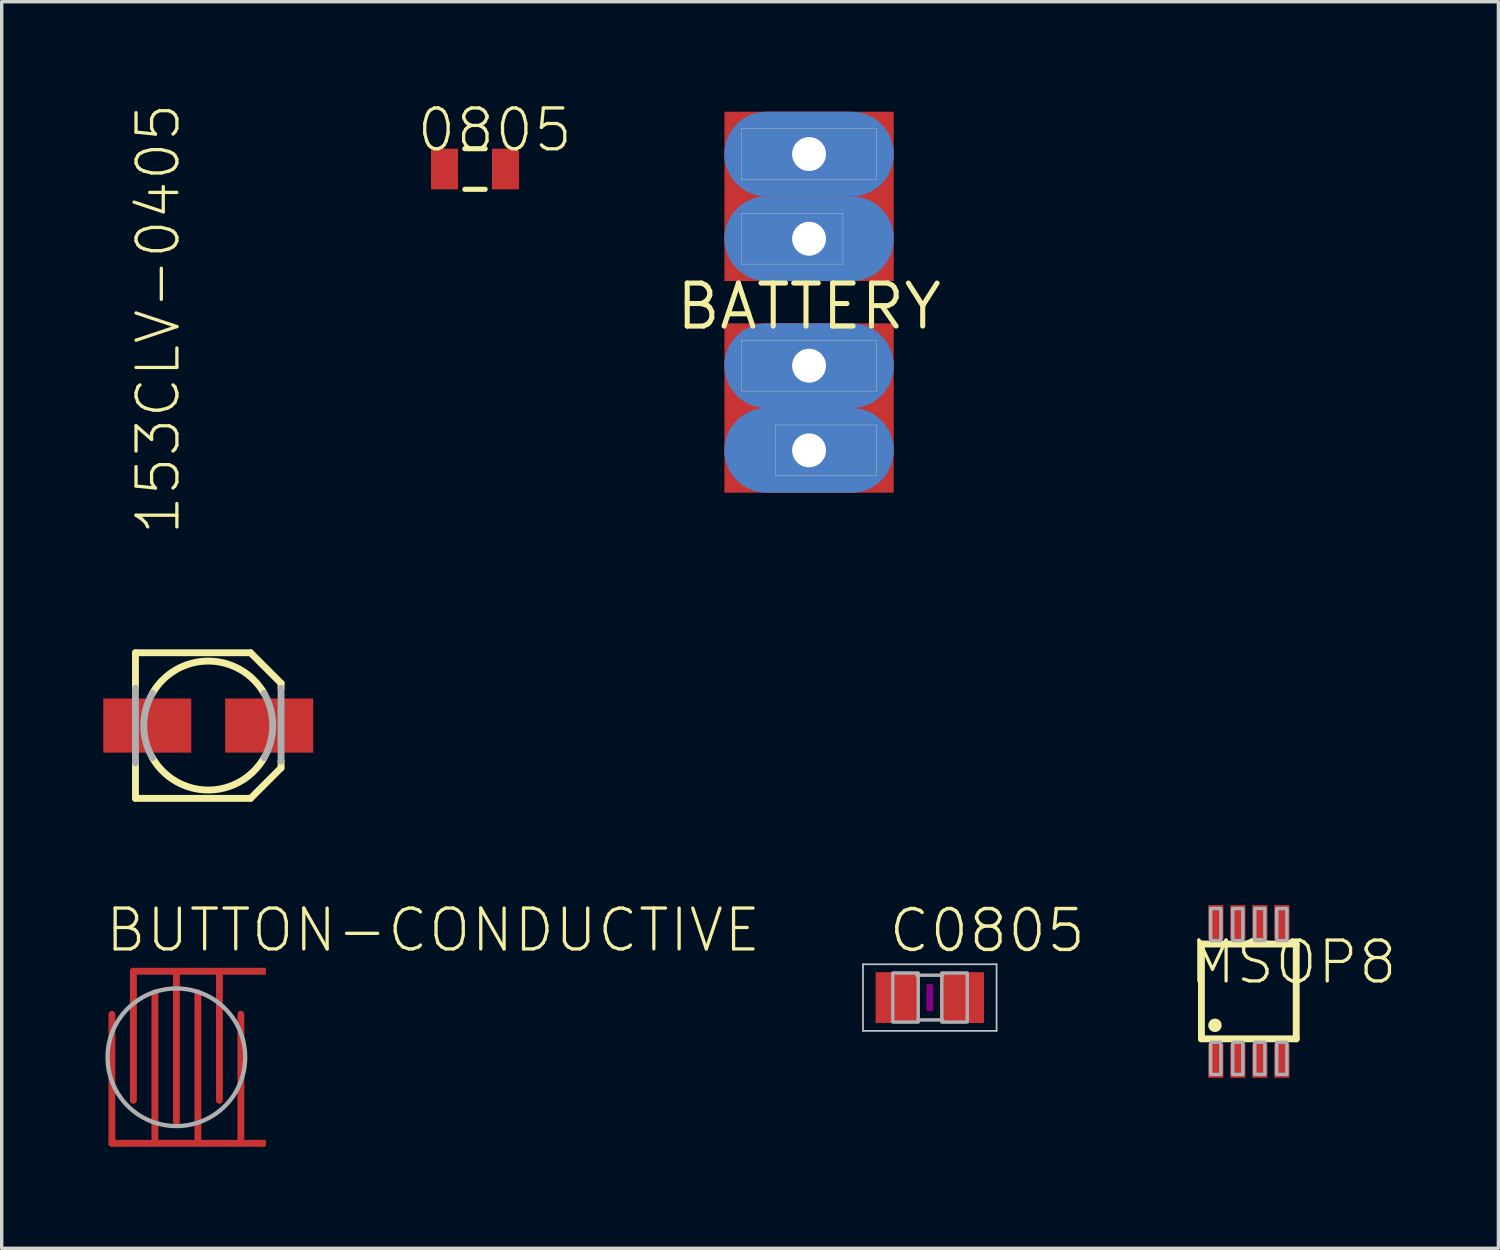
<source format=kicad_pcb>
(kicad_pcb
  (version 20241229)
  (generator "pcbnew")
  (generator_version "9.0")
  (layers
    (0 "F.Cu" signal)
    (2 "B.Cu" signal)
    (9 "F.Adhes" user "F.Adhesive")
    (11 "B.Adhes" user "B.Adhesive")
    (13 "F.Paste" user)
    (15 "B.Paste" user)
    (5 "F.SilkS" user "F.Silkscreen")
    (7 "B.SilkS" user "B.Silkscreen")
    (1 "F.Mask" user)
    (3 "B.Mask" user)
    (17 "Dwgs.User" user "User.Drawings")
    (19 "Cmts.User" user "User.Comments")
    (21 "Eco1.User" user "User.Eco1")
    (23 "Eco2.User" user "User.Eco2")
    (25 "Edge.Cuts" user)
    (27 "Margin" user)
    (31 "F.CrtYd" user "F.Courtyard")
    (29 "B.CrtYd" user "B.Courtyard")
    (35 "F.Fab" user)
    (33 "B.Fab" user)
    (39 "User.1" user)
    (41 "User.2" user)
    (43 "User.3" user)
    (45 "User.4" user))
  (footprint "0805"
    (layer "F.Cu")
    (at 10.978 1.941)
    (property "Reference" "0805" (at -1.778 -0.445 0) (layer "F.SilkS") (effects (font (size 1.206 1.206) (thickness 0.097)) (justify left bottom)))
    (attr through_hole)
    (fp_line (start -0.3 -0.6) (end 0.3 -0.6) (stroke (width 0.152) (type solid)) (layer "F.SilkS"))
    (fp_line (start -0.3 0.6) (end 0.3 0.6) (stroke (width 0.152) (type solid)) (layer "F.SilkS"))
    (pad "1" smd rect (at -0.9 0) (size 0.8 1.2) (layers "F.Cu" "F.Mask" "F.Paste"))
    (pad "2" smd rect (at 0.9 0) (size 0.8 1.2) (layers "F.Cu" "F.Mask" "F.Paste")))
  (footprint "BATTERY"
    (layer "F.Cu")
    (at 20.843 6)
    (property "Reference" "BATTERY" (at 0 0 0) (layer "F.SilkS") (effects (font (size 1.27 1.27) (thickness 0.15))))
    (attr through_hole)
    (fp_poly (pts (xy -2.5 -0.75) (xy 2.5 -0.75) (xy 2.5 -5.75) (xy -2.5 -5.75)) (stroke (width 0) (type solid)) (fill yes) (layer "F.Cu"))
    (fp_poly (pts (xy -2.5 5.5) (xy 2.5 5.5) (xy 2.5 0.5) (xy -2.5 0.5)) (stroke (width 0) (type solid)) (fill yes) (layer "F.Cu"))
    (fp_poly (pts (xy -2.75 -0.5) (xy 2.75 -0.5) (xy 2.75 -6) (xy -2.75 -6)) (stroke (width 0) (type solid)) (fill yes) (layer "F.Mask"))
    (fp_poly (pts (xy -2.75 5.75) (xy 2.75 5.75) (xy 2.75 0.25) (xy -2.75 0.25)) (stroke (width 0) (type solid)) (fill yes) (layer "F.Mask"))
    (fp_poly (pts (xy -2.75 -0.5) (xy 2.75 -0.5) (xy 2.75 -6) (xy -2.75 -6)) (stroke (width 0) (type solid)) (fill yes) (layer "B.Mask"))
    (fp_poly (pts (xy -2.75 5.75) (xy 2.75 5.75) (xy 2.75 0.25) (xy -2.75 0.25)) (stroke (width 0) (type solid)) (fill yes) (layer "B.Mask"))
    (fp_line (start -2 -5.25) (end 2 -5.25) (stroke (width 0.01) (type solid)) (layer "Edge.Cuts"))
    (fp_line (start -2 -3.75) (end -2 -5.25) (stroke (width 0.01) (type solid)) (layer "Edge.Cuts"))
    (fp_line (start -2 -2.75) (end -2 -1.25) (stroke (width 0.01) (type solid)) (layer "Edge.Cuts"))
    (fp_line (start -2 -1.25) (end 1 -1.25) (stroke (width 0.01) (type solid)) (layer "Edge.Cuts"))
    (fp_line (start -2 1) (end 2 1) (stroke (width 0.01) (type solid)) (layer "Edge.Cuts"))
    (fp_line (start -2 2.5) (end -2 1) (stroke (width 0.01) (type solid)) (layer "Edge.Cuts"))
    (fp_line (start -1 3.5) (end -1 5) (stroke (width 0.01) (type solid)) (layer "Edge.Cuts"))
    (fp_line (start -1 5) (end 2 5) (stroke (width 0.01) (type solid)) (layer "Edge.Cuts"))
    (fp_line (start 1 -2.75) (end -2 -2.75) (stroke (width 0.01) (type solid)) (layer "Edge.Cuts"))
    (fp_line (start 1 -1.25) (end 1 -2.75) (stroke (width 0.01) (type solid)) (layer "Edge.Cuts"))
    (fp_line (start 2 -5.25) (end 2 -3.75) (stroke (width 0.01) (type solid)) (layer "Edge.Cuts"))
    (fp_line (start 2 -3.75) (end -2 -3.75) (stroke (width 0.01) (type solid)) (layer "Edge.Cuts"))
    (fp_line (start 2 1) (end 2 2.5) (stroke (width 0.01) (type solid)) (layer "Edge.Cuts"))
    (fp_line (start 2 2.5) (end -2 2.5) (stroke (width 0.01) (type solid)) (layer "Edge.Cuts"))
    (fp_line (start 2 3.5) (end -1 3.5) (stroke (width 0.01) (type solid)) (layer "Edge.Cuts"))
    (fp_line (start 2 5) (end 2 3.5) (stroke (width 0.01) (type solid)) (layer "Edge.Cuts"))
    (pad "BT+1" thru_hole oval (at 0 -4.5) (size 5 2.5) (drill 1) (layers "*.Cu" "*.Mask"))
    (pad "BT+2" thru_hole oval (at 0 -2) (size 5 2.5) (drill 1) (layers "*.Cu" "*.Mask"))
    (pad "BT-1" thru_hole oval (at 0 1.75) (size 5 2.5) (drill 1) (layers "*.Cu" "*.Mask"))
    (pad "BT-2" thru_hole oval (at 0 4.25) (size 5 2.5) (drill 1) (layers "*.Cu" "*.Mask")))
  (footprint "MSOP8"
    (layer "F.Cu")
    (at 33.83 26.229)
    (property "Reference" "MSOP8" (at -1.826 -0.159 0) (layer "F.SilkS") (effects (font (size 1.206 1.206) (thickness 0.097)) (justify left bottom)))
    (attr through_hole)
    (fp_poly (pts (xy -1.225 2.6) (xy -0.725 2.6) (xy -0.725 1.525) (xy -1.225 1.525)) (stroke (width 0) (type solid)) (fill yes) (layer "F.Mask"))
    (fp_poly (pts (xy -0.725 -2.6) (xy -1.225 -2.6) (xy -1.225 -1.525) (xy -0.725 -1.525)) (stroke (width 0) (type solid)) (fill yes) (layer "F.Mask"))
    (fp_poly (pts (xy -0.575 2.6) (xy -0.075 2.6) (xy -0.075 1.525) (xy -0.575 1.525)) (stroke (width 0) (type solid)) (fill yes) (layer "F.Mask"))
    (fp_poly (pts (xy -0.075 -2.6) (xy -0.575 -2.6) (xy -0.575 -1.525) (xy -0.075 -1.525)) (stroke (width 0) (type solid)) (fill yes) (layer "F.Mask"))
    (fp_poly (pts (xy 0.075 2.6) (xy 0.575 2.6) (xy 0.575 1.525) (xy 0.075 1.525)) (stroke (width 0) (type solid)) (fill yes) (layer "F.Mask"))
    (fp_poly (pts (xy 0.575 -2.6) (xy 0.075 -2.6) (xy 0.075 -1.525) (xy 0.575 -1.525)) (stroke (width 0) (type solid)) (fill yes) (layer "F.Mask"))
    (fp_poly (pts (xy 0.725 2.6) (xy 1.225 2.6) (xy 1.225 1.525) (xy 0.725 1.525)) (stroke (width 0) (type solid)) (fill yes) (layer "F.Mask"))
    (fp_poly (pts (xy 1.225 -2.6) (xy 0.725 -2.6) (xy 0.725 -1.525) (xy 1.225 -1.525)) (stroke (width 0) (type solid)) (fill yes) (layer "F.Mask"))
    (fp_line (start -1.4 -1.4) (end 1.4 -1.4) (stroke (width 0.203) (type solid)) (layer "F.SilkS"))
    (fp_line (start -1.4 1.4) (end -1.4 -1.4) (stroke (width 0.203) (type solid)) (layer "F.SilkS"))
    (fp_line (start 1.4 -1.4) (end 1.4 1.4) (stroke (width 0.203) (type solid)) (layer "F.SilkS"))
    (fp_line (start 1.4 1.4) (end -1.4 1.4) (stroke (width 0.203) (type solid)) (layer "F.SilkS"))
    (fp_circle (center -1 1) (end -0.9 1) (stroke (width 0.2) (type solid)) (fill no) (layer "F.SilkS"))
    (fp_poly (pts (xy -1.125 2.45) (xy -0.825 2.45) (xy -0.825 1.5) (xy -1.125 1.5)) (stroke (width 0.1) (type solid)) (fill no) (layer "F.Fab"))
    (fp_poly (pts (xy -1.125 -1.5) (xy -0.825 -1.5) (xy -0.825 -2.45) (xy -1.125 -2.45)) (stroke (width 0.1) (type solid)) (fill no) (layer "F.Fab"))
    (fp_poly (pts (xy -0.475 -1.5) (xy -0.175 -1.5) (xy -0.175 -2.45) (xy -0.475 -2.45)) (stroke (width 0.1) (type solid)) (fill no) (layer "F.Fab"))
    (fp_poly (pts (xy -0.475 2.45) (xy -0.175 2.45) (xy -0.175 1.5) (xy -0.475 1.5)) (stroke (width 0.1) (type solid)) (fill no) (layer "F.Fab"))
    (fp_poly (pts (xy 0.175 -1.5) (xy 0.475 -1.5) (xy 0.475 -2.45) (xy 0.175 -2.45)) (stroke (width 0.1) (type solid)) (fill no) (layer "F.Fab"))
    (fp_poly (pts (xy 0.175 2.45) (xy 0.475 2.45) (xy 0.475 1.5) (xy 0.175 1.5)) (stroke (width 0.1) (type solid)) (fill no) (layer "F.Fab"))
    (fp_poly (pts (xy 0.825 2.45) (xy 1.125 2.45) (xy 1.125 1.5) (xy 0.825 1.5)) (stroke (width 0.1) (type solid)) (fill no) (layer "F.Fab"))
    (fp_poly (pts (xy 0.825 -1.5) (xy 1.125 -1.5) (xy 1.125 -2.45) (xy 0.825 -2.45)) (stroke (width 0.1) (type solid)) (fill no) (layer "F.Fab"))
    (pad "1" smd rect (at -0.975 2.05) (size 0.45 1) (layers "F.Cu" "F.Mask" "F.Paste"))
    (pad "2" smd rect (at -0.325 2.05) (size 0.45 1) (layers "F.Cu" "F.Mask" "F.Paste"))
    (pad "3" smd rect (at 0.325 2.05) (size 0.45 1) (layers "F.Cu" "F.Mask" "F.Paste"))
    (pad "4" smd rect (at 0.975 2.05) (size 0.45 1) (layers "F.Cu" "F.Mask" "F.Paste"))
    (pad "5" smd rect (at 0.975 -2.05) (size 0.45 1) (layers "F.Cu" "F.Mask" "F.Paste"))
    (pad "6" smd rect (at 0.325 -2.05) (size 0.45 1) (layers "F.Cu" "F.Mask" "F.Paste"))
    (pad "7" smd rect (at -0.325 -2.05) (size 0.45 1) (layers "F.Cu" "F.Mask" "F.Paste"))
    (pad "8" smd rect (at -0.975 -2.05) (size 0.45 1) (layers "F.Cu" "F.Mask" "F.Paste")))
  (footprint "C0805"
    (layer "F.Cu")
    (at 24.408 26.41)
    (property "Reference" "C0805" (at -1.27 -1.27 0) (layer "F.SilkS") (effects (font (size 1.206 1.206) (thickness 0.102)) (justify left bottom)))
    (attr through_hole)
    (fp_poly (pts (xy -0.1 0.4) (xy 0.1 0.4) (xy 0.1 -0.4) (xy -0.1 -0.4)) (stroke (width 0) (type solid)) (fill yes) (layer "F.Adhes"))
    (fp_line (start -1.973 -0.983) (end 1.973 -0.983) (stroke (width 0.051) (type solid)) (layer "Dwgs.User"))
    (fp_line (start -1.973 0.983) (end -1.973 -0.983) (stroke (width 0.051) (type solid)) (layer "Dwgs.User"))
    (fp_line (start 1.973 -0.983) (end 1.973 0.983) (stroke (width 0.051) (type solid)) (layer "Dwgs.User"))
    (fp_line (start 1.973 0.983) (end -1.973 0.983) (stroke (width 0.051) (type solid)) (layer "Dwgs.User"))
    (fp_line (start -0.381 -0.66) (end 0.381 -0.66) (stroke (width 0.102) (type solid)) (layer "F.Fab"))
    (fp_line (start -0.356 0.66) (end 0.381 0.66) (stroke (width 0.102) (type solid)) (layer "F.Fab"))
    (fp_poly (pts (xy -1.092 0.724) (xy -0.342 0.724) (xy -0.342 -0.726) (xy -1.092 -0.726)) (stroke (width 0.1) (type solid)) (fill no) (layer "F.Fab"))
    (fp_poly (pts (xy 0.356 0.724) (xy 1.106 0.724) (xy 1.106 -0.726) (xy 0.356 -0.726)) (stroke (width 0.1) (type solid)) (fill no) (layer "F.Fab"))
    (pad "1" smd rect (at -0.95 0) (size 1.3 1.5) (layers "F.Cu" "F.Mask" "F.Paste"))
    (pad "2" smd rect (at 0.95 0) (size 1.3 1.5) (layers "F.Cu" "F.Mask" "F.Paste")))
  (footprint "153CLV-0405"
    (layer "F.Cu")
    (at 3.1 18.377)
    (property "Reference" "153CLV-0405" (at -0.774 -5.574 270) (layer "F.SilkS") (effects (font (size 1.206 1.206) (thickness 0.097)) (justify left bottom)))
    (attr through_hole)
    (fp_line (start -2.15 -2.15) (end 1.25 -2.15) (stroke (width 0.203) (type solid)) (layer "F.SilkS"))
    (fp_line (start -2.15 -1.1) (end -2.15 -2.15) (stroke (width 0.203) (type solid)) (layer "F.SilkS"))
    (fp_line (start -2.15 2.15) (end -2.15 1.1) (stroke (width 0.203) (type solid)) (layer "F.SilkS"))
    (fp_line (start 1.25 -2.15) (end 2.15 -1.25) (stroke (width 0.203) (type solid)) (layer "F.SilkS"))
    (fp_line (start 1.25 2.15) (end -2.15 2.15) (stroke (width 0.203) (type solid)) (layer "F.SilkS"))
    (fp_line (start 2.15 -1.25) (end 2.15 -1.1) (stroke (width 0.203) (type solid)) (layer "F.SilkS"))
    (fp_line (start 2.15 1.05) (end 2.15 1.25) (stroke (width 0.203) (type solid)) (layer "F.SilkS"))
    (fp_line (start 2.15 1.25) (end 1.25 2.15) (stroke (width 0.203) (type solid)) (layer "F.SilkS"))
    (fp_arc (start -1.65 -0.95) (mid 0 -1.903943) (end 1.65 -0.95) (stroke (width 0.2032) (type solid)) (layer "F.SilkS"))
    (fp_arc (start 1.65 0.95) (mid 0 1.903943) (end -1.65 0.95) (stroke (width 0.2032) (type solid)) (layer "F.SilkS"))
    (fp_line (start -2.15 1.1) (end -2.15 -1.1) (stroke (width 0.203) (type solid)) (layer "F.Fab"))
    (fp_line (start 2.15 -1.1) (end 2.15 1.05) (stroke (width 0.203) (type solid)) (layer "F.Fab"))
    (fp_arc (start -1.65 0.95) (mid -1.903943 0) (end -1.65 -0.95) (stroke (width 0.2032) (type solid)) (layer "F.Fab"))
    (fp_arc (start 1.65 -0.95) (mid 1.903943 0) (end 1.65 0.95) (stroke (width 0.2032) (type solid)) (layer "F.Fab"))
    (pad "+" smd rect (at 1.8 0) (size 2.6 1.6) (layers "F.Cu" "F.Mask" "F.Paste"))
    (pad "-" smd rect (at -1.8 0) (size 2.6 1.6) (layers "F.Cu" "F.Mask" "F.Paste")))
  (footprint "BUTTON-CONDUCTIVE"
    (layer "F.Cu")
    (at 2.159 28.173)
    (property "Reference" "BUTTON-CONDUCTIVE" (at -2.159 -3.048 0) (layer "F.SilkS") (effects (font (size 1.206 1.206) (thickness 0.097)) (justify left bottom)))
    (attr through_hole)
    (fp_line (start -1.905 -1.27) (end -1.905 2.54) (stroke (width 0.203) (type solid)) (layer "F.Cu"))
    (fp_line (start -1.905 2.54) (end 2.461 2.54) (stroke (width 0.203) (type solid)) (layer "F.Cu"))
    (fp_line (start -1.27 -2.54) (end 2.461 -2.54) (stroke (width 0.203) (type solid)) (layer "F.Cu"))
    (fp_line (start -1.27 1.27) (end -1.27 -2.54) (stroke (width 0.203) (type solid)) (layer "F.Cu"))
    (fp_line (start -0.635 -1.905) (end -0.635 2.54) (stroke (width 0.203) (type solid)) (layer "F.Cu"))
    (fp_line (start 0 1.905) (end 0 -2.54) (stroke (width 0.203) (type solid)) (layer "F.Cu"))
    (fp_line (start 0.635 -1.905) (end 0.635 2.54) (stroke (width 0.203) (type solid)) (layer "F.Cu"))
    (fp_line (start 1.27 1.27) (end 1.27 -2.54) (stroke (width 0.203) (type solid)) (layer "F.Cu"))
    (fp_line (start 1.905 -1.27) (end 1.905 2.54) (stroke (width 0.203) (type solid)) (layer "F.Cu"))
    (fp_circle (center 0 0) (end 1 0) (stroke (width 2) (type solid)) (fill no) (layer "F.Mask"))
    (fp_circle (center 0 0) (end 2.032 0) (stroke (width 0.127) (type solid)) (fill no) (layer "F.Fab"))
    (pad "1" smd rect (at 2.54 -2.54) (size 0.203 0.203) (layers "F.Cu" "F.Mask"))
    (pad "2" smd rect (at 2.54 2.54) (size 0.203 0.203) (layers "F.Cu" "F.Mask")))
  (gr_rect
    (start -3 -3)
    (end 41.2 33.814)
    (stroke (width 0.1) (type default))
    (fill no)
    (layer "Edge.Cuts")))
</source>
